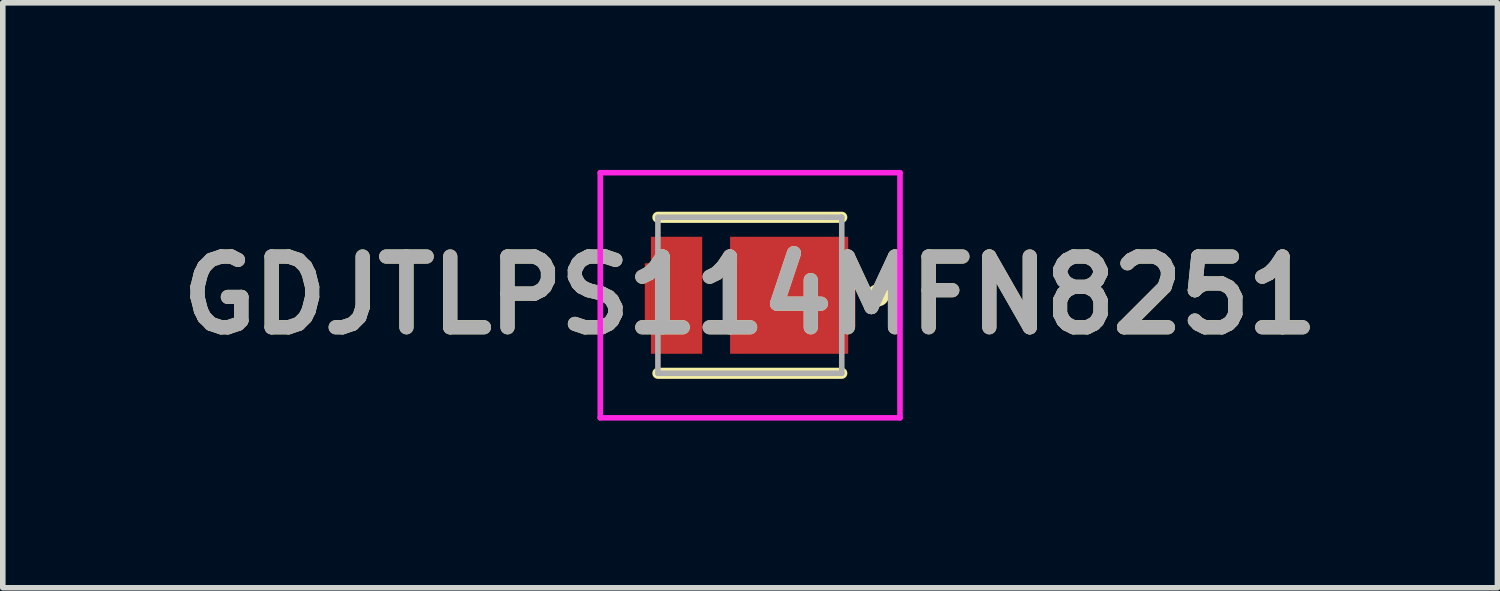
<source format=kicad_pcb>
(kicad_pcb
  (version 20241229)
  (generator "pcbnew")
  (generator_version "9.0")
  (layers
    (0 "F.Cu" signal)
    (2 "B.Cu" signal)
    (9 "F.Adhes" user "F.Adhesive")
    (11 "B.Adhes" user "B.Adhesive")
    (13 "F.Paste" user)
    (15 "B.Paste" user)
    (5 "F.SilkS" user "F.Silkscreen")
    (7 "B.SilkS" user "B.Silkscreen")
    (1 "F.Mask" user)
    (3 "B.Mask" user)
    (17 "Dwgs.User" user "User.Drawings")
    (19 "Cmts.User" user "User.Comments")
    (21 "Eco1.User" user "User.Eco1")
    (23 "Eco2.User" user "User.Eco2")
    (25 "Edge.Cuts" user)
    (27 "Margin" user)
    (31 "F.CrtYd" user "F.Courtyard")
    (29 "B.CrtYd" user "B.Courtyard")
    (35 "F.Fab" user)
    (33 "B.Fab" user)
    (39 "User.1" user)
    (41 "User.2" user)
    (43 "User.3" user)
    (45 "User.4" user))
  (footprint "GDJTLPS114MFN8251"
    (layer "F.Cu")
    (at 10.409 2.25)
    (property "Reference" "GDJTLPS114MFN8251" (at 0.005 0 0) (layer "F.SilkS") (effects (font (size 1.27 1.27) (thickness 0.254))))
    (attr smd)
    (fp_line (start 1.65 -1.4) (end -1.65 -1.4) (stroke (width 0.2) (type solid)) (layer "F.SilkS"))
    (fp_line (start 1.65 1.4) (end -1.65 1.4) (stroke (width 0.2) (type solid)) (layer "F.SilkS"))
    (fp_line (start 2.2 0) (end 2.2 0) (stroke (width 0.2) (type solid)) (layer "F.SilkS"))
    (fp_line (start 2.4 0) (end 2.4 0) (stroke (width 0.2) (type solid)) (layer "F.SilkS"))
    (fp_arc (start 2.2 0) (mid 2.3 -0.1) (end 2.4 0) (stroke (width 0.2) (type solid)) (layer "F.SilkS"))
    (fp_arc (start 2.4 0) (mid 2.3 0.1) (end 2.2 0) (stroke (width 0.2) (type solid)) (layer "F.SilkS"))
    (fp_line (start -2.685 -2.2) (end -2.685 2.2) (stroke (width 0.1) (type solid)) (layer "F.CrtYd"))
    (fp_line (start -2.685 2.2) (end 2.695 2.2) (stroke (width 0.1) (type solid)) (layer "F.CrtYd"))
    (fp_line (start 2.695 -2.2) (end -2.685 -2.2) (stroke (width 0.1) (type solid)) (layer "F.CrtYd"))
    (fp_line (start 2.695 2.2) (end 2.695 -2.2) (stroke (width 0.1) (type solid)) (layer "F.CrtYd"))
    (fp_line (start -1.65 -1.4) (end -1.65 1.4) (stroke (width 0.1) (type solid)) (layer "F.Fab"))
    (fp_line (start -1.65 1.4) (end 1.65 1.4) (stroke (width 0.1) (type solid)) (layer "F.Fab"))
    (fp_line (start 1.65 -1.4) (end -1.65 -1.4) (stroke (width 0.1) (type solid)) (layer "F.Fab"))
    (fp_line (start 1.65 1.4) (end 1.65 -1.4) (stroke (width 0.1) (type solid)) (layer "F.Fab"))
    (fp_text user "${REFERENCE}" (at 0.005 0 0) (layer "F.Fab") (effects (font (size 1.27 1.27) (thickness 0.254))))
    (pad "1" smd rect (at 0.705 0 90) (size 2.1 2.12) (layers "F.Cu" "F.Mask" "F.Paste"))
    (pad "2" smd rect (at -1.315 0) (size 0.92 2.1) (layers "F.Cu" "F.Mask" "F.Paste"))
    (pad "3" smd rect (at 1.83 0) (size 0.13 1.15) (layers "F.Cu" "F.Mask" "F.Paste"))
    (pad "4" smd rect (at -1.83 0) (size 0.11 1.15) (layers "F.Cu" "F.Mask" "F.Paste")))
  (gr_rect
    (start -3 -3)
    (end 23.828 7.5)
    (stroke (width 0.1) (type default))
    (fill no)
    (layer "Edge.Cuts")))
</source>
